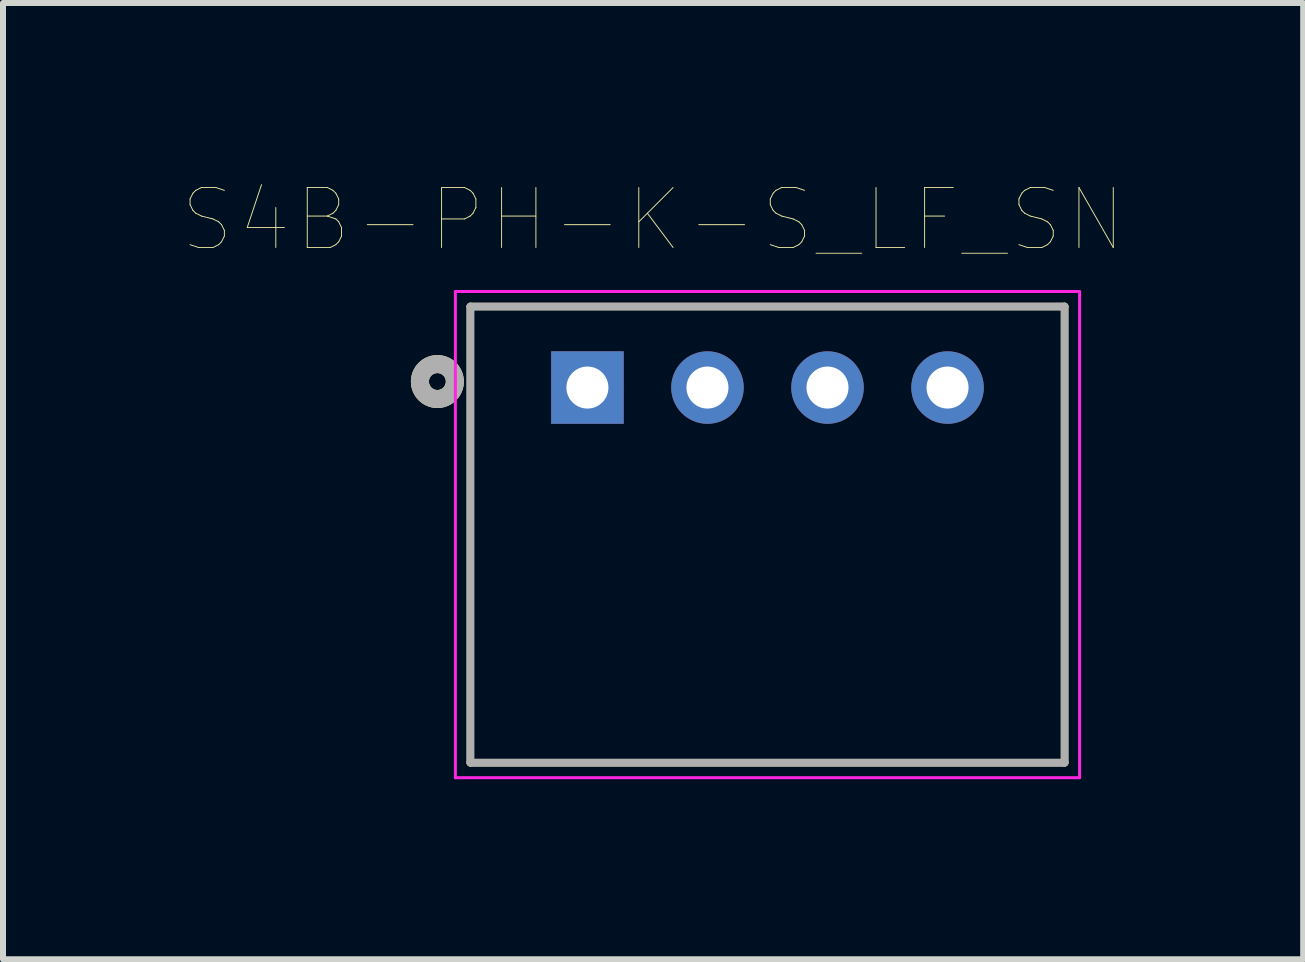
<source format=kicad_pcb>
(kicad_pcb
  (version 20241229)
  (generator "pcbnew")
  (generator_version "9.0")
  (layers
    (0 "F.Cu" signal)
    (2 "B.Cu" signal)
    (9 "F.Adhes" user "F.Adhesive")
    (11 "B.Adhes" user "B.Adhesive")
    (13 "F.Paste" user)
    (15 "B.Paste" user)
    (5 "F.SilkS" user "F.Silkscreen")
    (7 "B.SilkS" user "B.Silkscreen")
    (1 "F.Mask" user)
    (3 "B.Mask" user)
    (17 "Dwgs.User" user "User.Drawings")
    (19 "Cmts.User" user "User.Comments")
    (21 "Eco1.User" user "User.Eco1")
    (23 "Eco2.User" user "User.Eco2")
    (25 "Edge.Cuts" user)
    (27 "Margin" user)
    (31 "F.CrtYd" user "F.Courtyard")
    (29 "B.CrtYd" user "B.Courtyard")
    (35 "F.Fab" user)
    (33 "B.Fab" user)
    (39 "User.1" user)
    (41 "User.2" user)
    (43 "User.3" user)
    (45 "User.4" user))
  (footprint "S4B-PH-K-S_LF_SN"
    (layer "F.Cu")
    (at 9.737 3.407)
    (property "Reference" "S4B-PH-K-S_LF_SN" (at -1.906 -2.795 0) (layer "F.SilkS") (effects (font (size 1 1) (thickness 0.015))))
    (attr through_hole)
    (fp_line (start -4.95 -1.35) (end 4.95 -1.35) (stroke (width 0.127) (type solid)) (layer "F.SilkS"))
    (fp_line (start -4.95 6.25) (end -4.95 -1.35) (stroke (width 0.127) (type solid)) (layer "F.SilkS"))
    (fp_line (start 4.95 -1.35) (end 4.95 6.25) (stroke (width 0.127) (type solid)) (layer "F.SilkS"))
    (fp_line (start 4.95 6.25) (end -4.95 6.25) (stroke (width 0.127) (type solid)) (layer "F.SilkS"))
    (fp_circle (center -5.5 -0.1) (end -5.359 -0.1) (stroke (width 0.3) (type solid)) (fill no) (layer "F.SilkS"))
    (fp_line (start -5.2 -1.6) (end 5.2 -1.6) (stroke (width 0.05) (type solid)) (layer "F.CrtYd"))
    (fp_line (start -5.2 6.5) (end -5.2 -1.6) (stroke (width 0.05) (type solid)) (layer "F.CrtYd"))
    (fp_line (start 5.2 -1.6) (end 5.2 6.5) (stroke (width 0.05) (type solid)) (layer "F.CrtYd"))
    (fp_line (start 5.2 6.5) (end -5.2 6.5) (stroke (width 0.05) (type solid)) (layer "F.CrtYd"))
    (fp_line (start -4.95 -1.35) (end 4.95 -1.35) (stroke (width 0.127) (type solid)) (layer "F.Fab"))
    (fp_line (start -4.95 6.25) (end -4.95 -1.35) (stroke (width 0.127) (type solid)) (layer "F.Fab"))
    (fp_line (start 4.95 -1.35) (end 4.95 6.25) (stroke (width 0.127) (type solid)) (layer "F.Fab"))
    (fp_line (start 4.95 6.25) (end -4.95 6.25) (stroke (width 0.127) (type solid)) (layer "F.Fab"))
    (fp_circle (center -5.5 -0.1) (end -5.359 -0.1) (stroke (width 0.3) (type solid)) (fill no) (layer "F.Fab"))
    (pad "1" thru_hole rect (at -3 0) (size 1.208 1.208) (drill 0.7) (layers "*.Cu" "*.Mask"))
    (pad "2" thru_hole circle (at -1 0) (size 1.208 1.208) (drill 0.7) (layers "*.Cu" "*.Mask"))
    (pad "3" thru_hole circle (at 1 0) (size 1.208 1.208) (drill 0.7) (layers "*.Cu" "*.Mask"))
    (pad "4" thru_hole circle (at 3 0) (size 1.208 1.208) (drill 0.7) (layers "*.Cu" "*.Mask")))
  (gr_rect
    (start -3 -3)
    (end 18.662 12.932)
    (stroke (width 0.1) (type default))
    (fill no)
    (layer "Edge.Cuts")))
</source>
